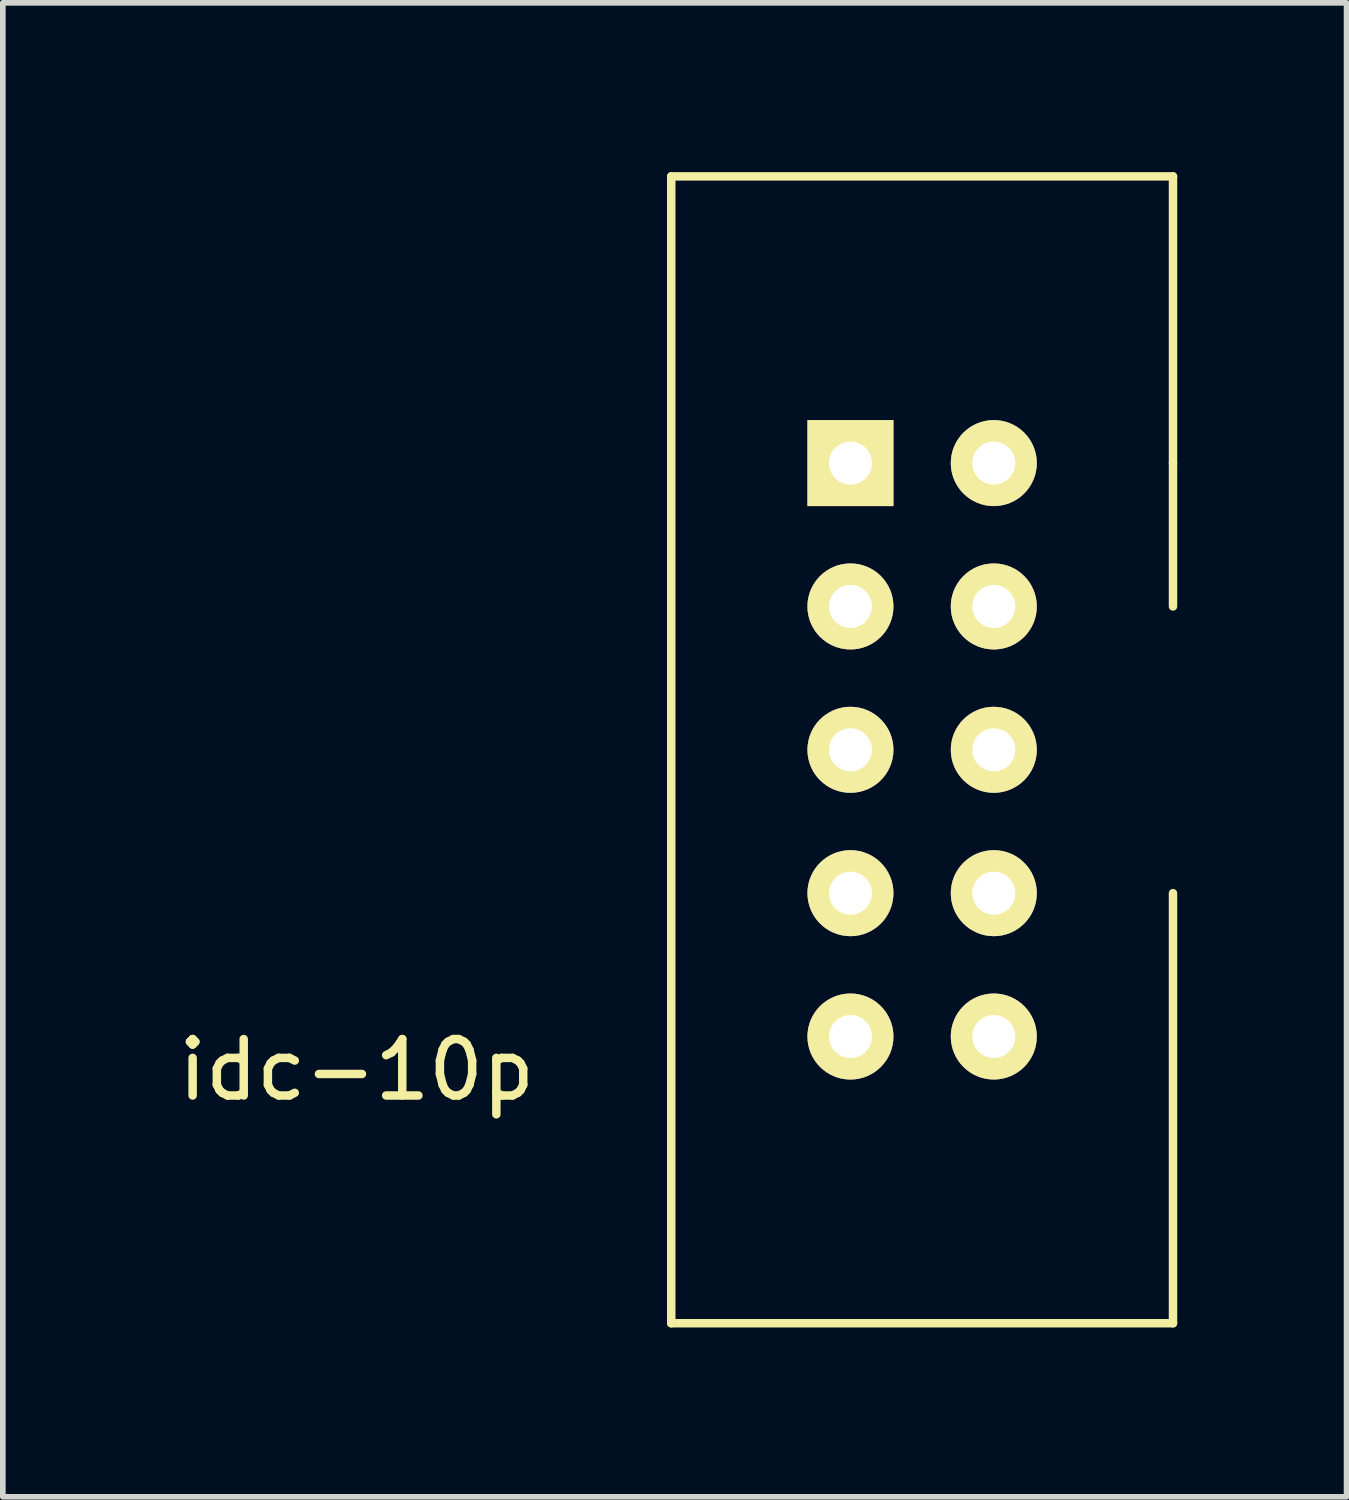
<source format=kicad_pcb>
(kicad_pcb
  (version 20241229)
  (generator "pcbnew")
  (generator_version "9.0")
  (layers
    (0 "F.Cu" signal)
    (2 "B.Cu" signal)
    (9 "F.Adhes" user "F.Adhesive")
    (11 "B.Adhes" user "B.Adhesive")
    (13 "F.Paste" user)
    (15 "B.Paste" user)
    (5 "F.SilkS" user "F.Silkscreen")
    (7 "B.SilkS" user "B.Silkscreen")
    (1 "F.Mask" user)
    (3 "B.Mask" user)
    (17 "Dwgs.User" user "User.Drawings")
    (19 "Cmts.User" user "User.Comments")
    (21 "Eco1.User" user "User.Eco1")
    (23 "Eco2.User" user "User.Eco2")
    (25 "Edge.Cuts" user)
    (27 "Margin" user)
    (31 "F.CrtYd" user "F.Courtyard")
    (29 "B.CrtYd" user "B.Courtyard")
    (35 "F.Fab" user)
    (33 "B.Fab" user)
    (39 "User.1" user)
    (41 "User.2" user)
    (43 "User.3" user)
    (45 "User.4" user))
  (footprint "idc-10p"
    (layer "F.Cu")
    (at 12.018 5.155)
    (property "Reference" "idc-10p" (at -8.75 10.75 0) (layer "F.SilkS") (effects (font (size 1 1) (thickness 0.15))))
    (attr through_hole)
    (fp_line (start -3.175 -5.08) (end -3.175 15.24) (stroke (width 0.15) (type solid)) (layer "F.SilkS"))
    (fp_line (start -3.175 15.24) (end 5.715 15.24) (stroke (width 0.15) (type solid)) (layer "F.SilkS"))
    (fp_line (start 5.715 -5.08) (end -3.175 -5.08) (stroke (width 0.15) (type solid)) (layer "F.SilkS"))
    (fp_line (start 5.715 0) (end 5.715 -5.08) (stroke (width 0.15) (type solid)) (layer "F.SilkS"))
    (fp_line (start 5.715 0) (end 5.715 2.54) (stroke (width 0.15) (type solid)) (layer "F.SilkS"))
    (fp_line (start 5.715 15.24) (end 5.715 7.62) (stroke (width 0.15) (type solid)) (layer "F.SilkS"))
    (pad "1" thru_hole rect (at 0 0) (size 1.524 1.524) (drill 0.762) (layers "*.Cu" "*.Mask" "F.SilkS"))
    (pad "2" thru_hole circle (at 2.54 0) (size 1.524 1.524) (drill 0.762) (layers "*.Cu" "*.Mask" "F.SilkS"))
    (pad "3" thru_hole circle (at 0 2.54) (size 1.524 1.524) (drill 0.762) (layers "*.Cu" "*.Mask" "F.SilkS"))
    (pad "4" thru_hole circle (at 2.54 2.54) (size 1.524 1.524) (drill 0.762) (layers "*.Cu" "*.Mask" "F.SilkS"))
    (pad "5" thru_hole circle (at 0 5.08) (size 1.524 1.524) (drill 0.762) (layers "*.Cu" "*.Mask" "F.SilkS"))
    (pad "6" thru_hole circle (at 2.54 5.08) (size 1.524 1.524) (drill 0.762) (layers "*.Cu" "*.Mask" "F.SilkS"))
    (pad "7" thru_hole circle (at 0 7.62) (size 1.524 1.524) (drill 0.762) (layers "*.Cu" "*.Mask" "F.SilkS"))
    (pad "8" thru_hole circle (at 2.54 7.62) (size 1.524 1.524) (drill 0.762) (layers "*.Cu" "*.Mask" "F.SilkS"))
    (pad "9" thru_hole circle (at 0 10.16) (size 1.524 1.524) (drill 0.762) (layers "*.Cu" "*.Mask" "F.SilkS"))
    (pad "10" thru_hole circle (at 2.54 10.16) (size 1.524 1.524) (drill 0.762) (layers "*.Cu" "*.Mask" "F.SilkS")))
  (gr_rect
    (start -3 -3)
    (end 20.808 23.47)
    (stroke (width 0.1) (type default))
    (fill no)
    (layer "Edge.Cuts")))
</source>
